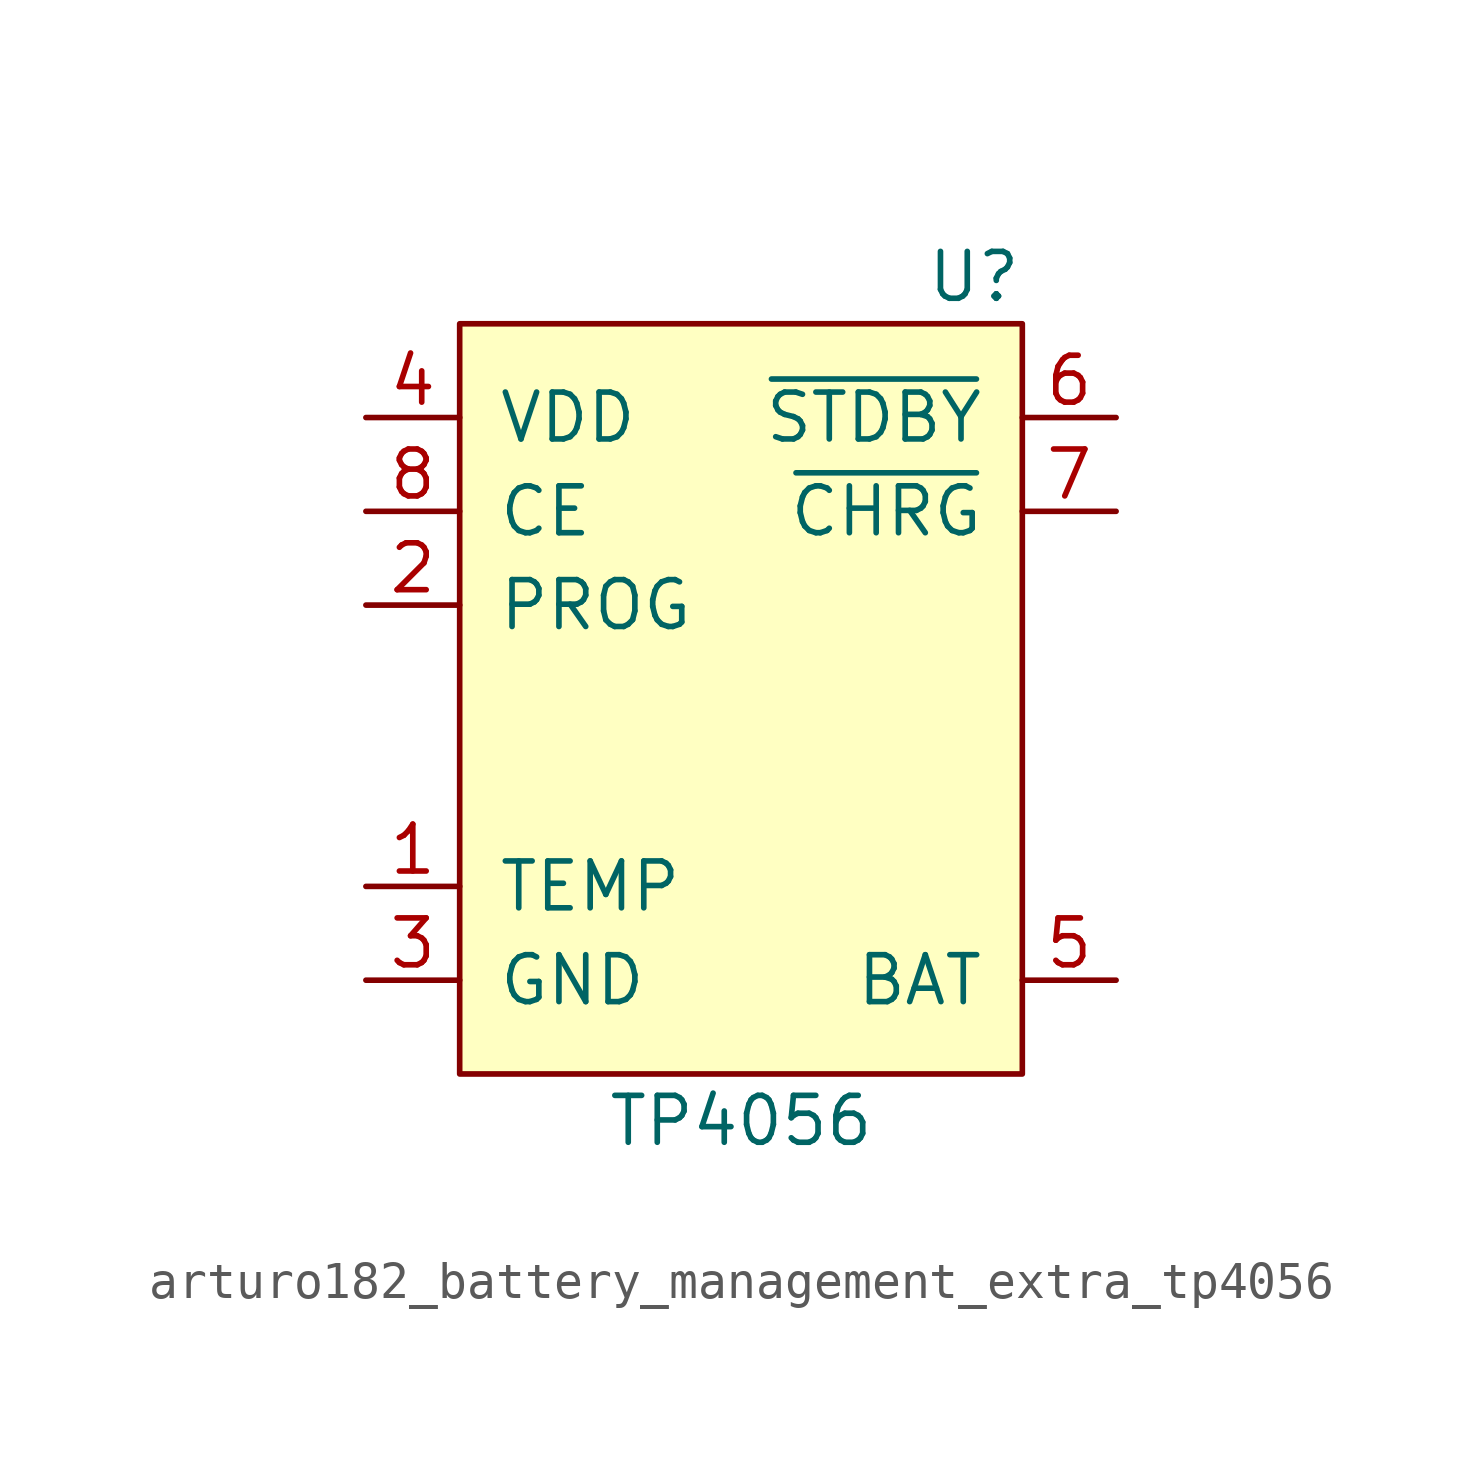
<source format=kicad_sym>
(kicad_symbol_lib
  (version 20220914)
  (generator kicad_symbol_editor)
  (symbol "arturo182_battery_management_extra_tp4056"
    (pin_names
      (offset 1.016))
    (property "Reference" "U"
      (at 7.62 12.7 0)
      (effects (font (size 1.27 1.27)) (justify right)))
    (property "Value" "TP4056"
      (at 0 -10.16 0)
      (effects (font (size 1.27 1.27))))
    (symbol "arturo182_battery_management_extra_tp4056_0_1"
      (rectangle (start -7.62 11.43) (end 7.62 -8.89) (stroke (width 0) (type default) (color 0 0 0 0)) (fill (type background))))
    (symbol "arturo182_battery_management_extra_tp4056_1_1"
      (pin input line (at -10.16 -3.81 0) (length 2.54) (name "TEMP" (effects (font (size 1.27 1.27)))) (number "1" (effects (font (size 1.27 1.27)))))
      (pin input line (at -10.16 3.81 0) (length 2.54) (name "PROG" (effects (font (size 1.27 1.27)))) (number "2" (effects (font (size 1.27 1.27)))))
      (pin power_in line (at -10.16 -6.35 0) (length 2.54) (name "GND" (effects (font (size 1.27 1.27)))) (number "3" (effects (font (size 1.27 1.27)))))
      (pin input line (at -10.16 8.89 0) (length 2.54) (name "VDD" (effects (font (size 1.27 1.27)))) (number "4" (effects (font (size 1.27 1.27)))))
      (pin power_out line (at 10.16 -6.35 180) (length 2.54) (name "BAT" (effects (font (size 1.27 1.27)))) (number "5" (effects (font (size 1.27 1.27)))))
      (pin output line (at 10.16 8.89 180) (length 2.54) (name "~{STDBY}" (effects (font (size 1.27 1.27)))) (number "6" (effects (font (size 1.27 1.27)))))
      (pin output line (at 10.16 6.35 180) (length 2.54) (name "~{CHRG}" (effects (font (size 1.27 1.27)))) (number "7" (effects (font (size 1.27 1.27)))))
      (pin input line (at -10.16 6.35 0) (length 2.54) (name "CE" (effects (font (size 1.27 1.27)))) (number "8" (effects (font (size 1.27 1.27)))))
      (pin passive line (at -10.16 -6.35 0) (length 2.54) hide (name "GND" (effects (font (size 1.27 1.27)))) (number "9" (effects (font (size 1.27 1.27))))))))
</source>
